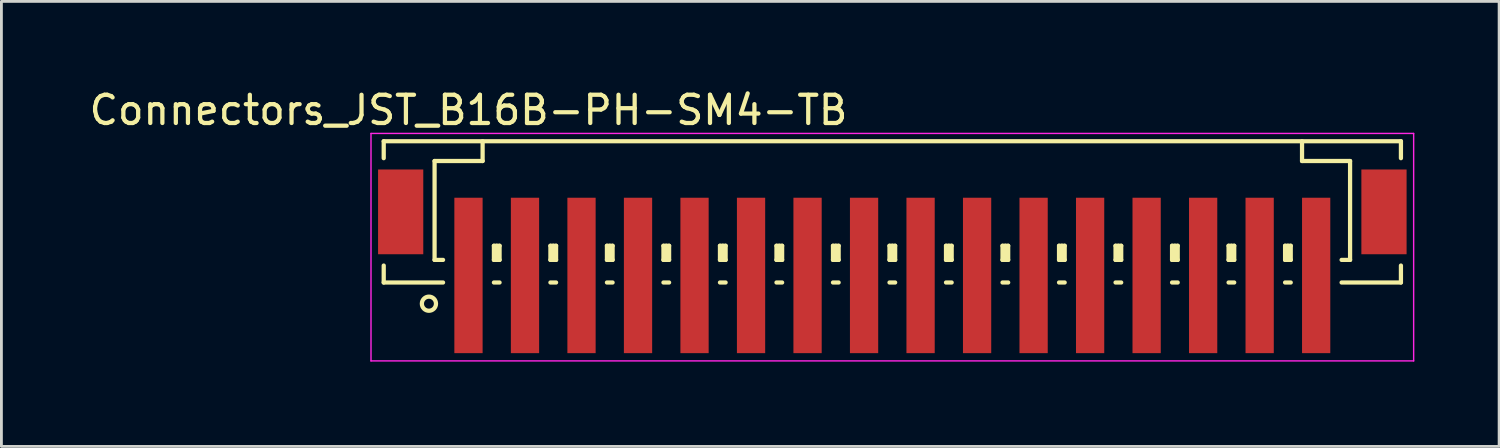
<source format=kicad_pcb>
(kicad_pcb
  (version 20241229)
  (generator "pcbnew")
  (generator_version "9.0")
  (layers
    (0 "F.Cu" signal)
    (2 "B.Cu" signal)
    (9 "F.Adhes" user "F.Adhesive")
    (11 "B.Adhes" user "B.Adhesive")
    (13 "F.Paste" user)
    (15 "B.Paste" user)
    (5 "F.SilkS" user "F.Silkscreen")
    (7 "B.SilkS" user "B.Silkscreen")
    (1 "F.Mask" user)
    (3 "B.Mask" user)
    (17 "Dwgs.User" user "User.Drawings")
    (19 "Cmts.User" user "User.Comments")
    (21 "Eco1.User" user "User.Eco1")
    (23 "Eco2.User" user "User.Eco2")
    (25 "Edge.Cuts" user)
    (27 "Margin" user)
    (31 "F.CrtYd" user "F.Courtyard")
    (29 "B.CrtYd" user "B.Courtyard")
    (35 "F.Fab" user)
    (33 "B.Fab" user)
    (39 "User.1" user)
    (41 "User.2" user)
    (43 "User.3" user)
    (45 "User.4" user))
  (footprint "Connectors_JST_B16B-PH-SM4-TB"
    (layer "F.Cu")
    (at 28.53 5.573)
    (property "Reference" "Connectors_JST_B16B-PH-SM4-TB" (at -15 -4.725 0) (layer "F.SilkS") (effects (font (size 1 1) (thickness 0.15))))
    (attr smd)
    (fp_line (start -18 -3.625) (end 18 -3.625) (stroke (width 0.15) (type solid)) (layer "F.SilkS"))
    (fp_line (start -18 -3.025) (end -18 -3.625) (stroke (width 0.15) (type solid)) (layer "F.SilkS"))
    (fp_line (start -18 0.775) (end -18 1.375) (stroke (width 0.15) (type solid)) (layer "F.SilkS"))
    (fp_line (start -18 1.375) (end -15.9 1.375) (stroke (width 0.15) (type solid)) (layer "F.SilkS"))
    (fp_line (start -16.2 -2.925) (end -16.2 0.575) (stroke (width 0.15) (type solid)) (layer "F.SilkS"))
    (fp_line (start -16.2 0.575) (end -15.9 0.575) (stroke (width 0.15) (type solid)) (layer "F.SilkS"))
    (fp_line (start -14.5 -3.625) (end -14.5 -2.925) (stroke (width 0.15) (type solid)) (layer "F.SilkS"))
    (fp_line (start -14.5 -2.925) (end -16.2 -2.925) (stroke (width 0.15) (type solid)) (layer "F.SilkS"))
    (fp_line (start -14.1 0.075) (end -13.9 0.075) (stroke (width 0.15) (type solid)) (layer "F.SilkS"))
    (fp_line (start -14.1 0.575) (end -14.1 0.075) (stroke (width 0.15) (type solid)) (layer "F.SilkS"))
    (fp_line (start -14.1 0.575) (end -13.9 0.575) (stroke (width 0.15) (type solid)) (layer "F.SilkS"))
    (fp_line (start -14.1 1.375) (end -13.9 1.375) (stroke (width 0.15) (type solid)) (layer "F.SilkS"))
    (fp_line (start -14 0.575) (end -14 0.075) (stroke (width 0.15) (type solid)) (layer "F.SilkS"))
    (fp_line (start -13.9 0.075) (end -13.9 0.575) (stroke (width 0.15) (type solid)) (layer "F.SilkS"))
    (fp_line (start -12.1 0.075) (end -11.9 0.075) (stroke (width 0.15) (type solid)) (layer "F.SilkS"))
    (fp_line (start -12.1 0.575) (end -12.1 0.075) (stroke (width 0.15) (type solid)) (layer "F.SilkS"))
    (fp_line (start -12.1 0.575) (end -11.9 0.575) (stroke (width 0.15) (type solid)) (layer "F.SilkS"))
    (fp_line (start -12.1 1.375) (end -11.9 1.375) (stroke (width 0.15) (type solid)) (layer "F.SilkS"))
    (fp_line (start -12 0.575) (end -12 0.075) (stroke (width 0.15) (type solid)) (layer "F.SilkS"))
    (fp_line (start -11.9 0.075) (end -11.9 0.575) (stroke (width 0.15) (type solid)) (layer "F.SilkS"))
    (fp_line (start -10.1 0.075) (end -9.9 0.075) (stroke (width 0.15) (type solid)) (layer "F.SilkS"))
    (fp_line (start -10.1 0.575) (end -10.1 0.075) (stroke (width 0.15) (type solid)) (layer "F.SilkS"))
    (fp_line (start -10.1 0.575) (end -9.9 0.575) (stroke (width 0.15) (type solid)) (layer "F.SilkS"))
    (fp_line (start -10.1 1.375) (end -9.9 1.375) (stroke (width 0.15) (type solid)) (layer "F.SilkS"))
    (fp_line (start -10 0.575) (end -10 0.075) (stroke (width 0.15) (type solid)) (layer "F.SilkS"))
    (fp_line (start -9.9 0.075) (end -9.9 0.575) (stroke (width 0.15) (type solid)) (layer "F.SilkS"))
    (fp_line (start -8.1 0.075) (end -7.9 0.075) (stroke (width 0.15) (type solid)) (layer "F.SilkS"))
    (fp_line (start -8.1 0.575) (end -8.1 0.075) (stroke (width 0.15) (type solid)) (layer "F.SilkS"))
    (fp_line (start -8.1 0.575) (end -7.9 0.575) (stroke (width 0.15) (type solid)) (layer "F.SilkS"))
    (fp_line (start -8.1 1.375) (end -7.9 1.375) (stroke (width 0.15) (type solid)) (layer "F.SilkS"))
    (fp_line (start -8 0.575) (end -8 0.075) (stroke (width 0.15) (type solid)) (layer "F.SilkS"))
    (fp_line (start -7.9 0.075) (end -7.9 0.575) (stroke (width 0.15) (type solid)) (layer "F.SilkS"))
    (fp_line (start -6.1 0.075) (end -5.9 0.075) (stroke (width 0.15) (type solid)) (layer "F.SilkS"))
    (fp_line (start -6.1 0.575) (end -6.1 0.075) (stroke (width 0.15) (type solid)) (layer "F.SilkS"))
    (fp_line (start -6.1 0.575) (end -5.9 0.575) (stroke (width 0.15) (type solid)) (layer "F.SilkS"))
    (fp_line (start -6.1 1.375) (end -5.9 1.375) (stroke (width 0.15) (type solid)) (layer "F.SilkS"))
    (fp_line (start -6 0.575) (end -6 0.075) (stroke (width 0.15) (type solid)) (layer "F.SilkS"))
    (fp_line (start -5.9 0.075) (end -5.9 0.575) (stroke (width 0.15) (type solid)) (layer "F.SilkS"))
    (fp_line (start -4.1 0.075) (end -3.9 0.075) (stroke (width 0.15) (type solid)) (layer "F.SilkS"))
    (fp_line (start -4.1 0.575) (end -4.1 0.075) (stroke (width 0.15) (type solid)) (layer "F.SilkS"))
    (fp_line (start -4.1 0.575) (end -3.9 0.575) (stroke (width 0.15) (type solid)) (layer "F.SilkS"))
    (fp_line (start -4.1 1.375) (end -3.9 1.375) (stroke (width 0.15) (type solid)) (layer "F.SilkS"))
    (fp_line (start -4 0.575) (end -4 0.075) (stroke (width 0.15) (type solid)) (layer "F.SilkS"))
    (fp_line (start -3.9 0.075) (end -3.9 0.575) (stroke (width 0.15) (type solid)) (layer "F.SilkS"))
    (fp_line (start -2.1 0.075) (end -1.9 0.075) (stroke (width 0.15) (type solid)) (layer "F.SilkS"))
    (fp_line (start -2.1 0.575) (end -2.1 0.075) (stroke (width 0.15) (type solid)) (layer "F.SilkS"))
    (fp_line (start -2.1 0.575) (end -1.9 0.575) (stroke (width 0.15) (type solid)) (layer "F.SilkS"))
    (fp_line (start -2.1 1.375) (end -1.9 1.375) (stroke (width 0.15) (type solid)) (layer "F.SilkS"))
    (fp_line (start -2 0.575) (end -2 0.075) (stroke (width 0.15) (type solid)) (layer "F.SilkS"))
    (fp_line (start -1.9 0.075) (end -1.9 0.575) (stroke (width 0.15) (type solid)) (layer "F.SilkS"))
    (fp_line (start -0.1 0.075) (end 0.1 0.075) (stroke (width 0.15) (type solid)) (layer "F.SilkS"))
    (fp_line (start -0.1 0.575) (end -0.1 0.075) (stroke (width 0.15) (type solid)) (layer "F.SilkS"))
    (fp_line (start -0.1 0.575) (end 0.1 0.575) (stroke (width 0.15) (type solid)) (layer "F.SilkS"))
    (fp_line (start -0.1 1.375) (end 0.1 1.375) (stroke (width 0.15) (type solid)) (layer "F.SilkS"))
    (fp_line (start 0 0.575) (end 0 0.075) (stroke (width 0.15) (type solid)) (layer "F.SilkS"))
    (fp_line (start 0.1 0.075) (end 0.1 0.575) (stroke (width 0.15) (type solid)) (layer "F.SilkS"))
    (fp_line (start 1.9 0.075) (end 2.1 0.075) (stroke (width 0.15) (type solid)) (layer "F.SilkS"))
    (fp_line (start 1.9 0.575) (end 1.9 0.075) (stroke (width 0.15) (type solid)) (layer "F.SilkS"))
    (fp_line (start 1.9 0.575) (end 2.1 0.575) (stroke (width 0.15) (type solid)) (layer "F.SilkS"))
    (fp_line (start 1.9 1.375) (end 2.1 1.375) (stroke (width 0.15) (type solid)) (layer "F.SilkS"))
    (fp_line (start 2 0.575) (end 2 0.075) (stroke (width 0.15) (type solid)) (layer "F.SilkS"))
    (fp_line (start 2.1 0.075) (end 2.1 0.575) (stroke (width 0.15) (type solid)) (layer "F.SilkS"))
    (fp_line (start 3.9 0.075) (end 4.1 0.075) (stroke (width 0.15) (type solid)) (layer "F.SilkS"))
    (fp_line (start 3.9 0.575) (end 3.9 0.075) (stroke (width 0.15) (type solid)) (layer "F.SilkS"))
    (fp_line (start 3.9 0.575) (end 4.1 0.575) (stroke (width 0.15) (type solid)) (layer "F.SilkS"))
    (fp_line (start 3.9 1.375) (end 4.1 1.375) (stroke (width 0.15) (type solid)) (layer "F.SilkS"))
    (fp_line (start 4 0.575) (end 4 0.075) (stroke (width 0.15) (type solid)) (layer "F.SilkS"))
    (fp_line (start 4.1 0.075) (end 4.1 0.575) (stroke (width 0.15) (type solid)) (layer "F.SilkS"))
    (fp_line (start 5.9 0.075) (end 6.1 0.075) (stroke (width 0.15) (type solid)) (layer "F.SilkS"))
    (fp_line (start 5.9 0.575) (end 5.9 0.075) (stroke (width 0.15) (type solid)) (layer "F.SilkS"))
    (fp_line (start 5.9 0.575) (end 6.1 0.575) (stroke (width 0.15) (type solid)) (layer "F.SilkS"))
    (fp_line (start 5.9 1.375) (end 6.1 1.375) (stroke (width 0.15) (type solid)) (layer "F.SilkS"))
    (fp_line (start 6 0.575) (end 6 0.075) (stroke (width 0.15) (type solid)) (layer "F.SilkS"))
    (fp_line (start 6.1 0.075) (end 6.1 0.575) (stroke (width 0.15) (type solid)) (layer "F.SilkS"))
    (fp_line (start 7.9 0.075) (end 8.1 0.075) (stroke (width 0.15) (type solid)) (layer "F.SilkS"))
    (fp_line (start 7.9 0.575) (end 7.9 0.075) (stroke (width 0.15) (type solid)) (layer "F.SilkS"))
    (fp_line (start 7.9 0.575) (end 8.1 0.575) (stroke (width 0.15) (type solid)) (layer "F.SilkS"))
    (fp_line (start 7.9 1.375) (end 8.1 1.375) (stroke (width 0.15) (type solid)) (layer "F.SilkS"))
    (fp_line (start 8 0.575) (end 8 0.075) (stroke (width 0.15) (type solid)) (layer "F.SilkS"))
    (fp_line (start 8.1 0.075) (end 8.1 0.575) (stroke (width 0.15) (type solid)) (layer "F.SilkS"))
    (fp_line (start 9.9 0.075) (end 10.1 0.075) (stroke (width 0.15) (type solid)) (layer "F.SilkS"))
    (fp_line (start 9.9 0.575) (end 9.9 0.075) (stroke (width 0.15) (type solid)) (layer "F.SilkS"))
    (fp_line (start 9.9 0.575) (end 10.1 0.575) (stroke (width 0.15) (type solid)) (layer "F.SilkS"))
    (fp_line (start 9.9 1.375) (end 10.1 1.375) (stroke (width 0.15) (type solid)) (layer "F.SilkS"))
    (fp_line (start 10 0.575) (end 10 0.075) (stroke (width 0.15) (type solid)) (layer "F.SilkS"))
    (fp_line (start 10.1 0.075) (end 10.1 0.575) (stroke (width 0.15) (type solid)) (layer "F.SilkS"))
    (fp_line (start 11.9 0.075) (end 12.1 0.075) (stroke (width 0.15) (type solid)) (layer "F.SilkS"))
    (fp_line (start 11.9 0.575) (end 11.9 0.075) (stroke (width 0.15) (type solid)) (layer "F.SilkS"))
    (fp_line (start 11.9 0.575) (end 12.1 0.575) (stroke (width 0.15) (type solid)) (layer "F.SilkS"))
    (fp_line (start 11.9 1.375) (end 12.1 1.375) (stroke (width 0.15) (type solid)) (layer "F.SilkS"))
    (fp_line (start 12 0.575) (end 12 0.075) (stroke (width 0.15) (type solid)) (layer "F.SilkS"))
    (fp_line (start 12.1 0.075) (end 12.1 0.575) (stroke (width 0.15) (type solid)) (layer "F.SilkS"))
    (fp_line (start 13.9 0.075) (end 14.1 0.075) (stroke (width 0.15) (type solid)) (layer "F.SilkS"))
    (fp_line (start 13.9 0.575) (end 13.9 0.075) (stroke (width 0.15) (type solid)) (layer "F.SilkS"))
    (fp_line (start 13.9 0.575) (end 14.1 0.575) (stroke (width 0.15) (type solid)) (layer "F.SilkS"))
    (fp_line (start 13.9 1.375) (end 14.1 1.375) (stroke (width 0.15) (type solid)) (layer "F.SilkS"))
    (fp_line (start 14 0.575) (end 14 0.075) (stroke (width 0.15) (type solid)) (layer "F.SilkS"))
    (fp_line (start 14.1 0.075) (end 14.1 0.575) (stroke (width 0.15) (type solid)) (layer "F.SilkS"))
    (fp_line (start 14.5 -3.625) (end 14.5 -2.925) (stroke (width 0.15) (type solid)) (layer "F.SilkS"))
    (fp_line (start 14.5 -2.925) (end 16.2 -2.925) (stroke (width 0.15) (type solid)) (layer "F.SilkS"))
    (fp_line (start 16.2 -2.925) (end 16.2 0.575) (stroke (width 0.15) (type solid)) (layer "F.SilkS"))
    (fp_line (start 16.2 0.575) (end 15.9 0.575) (stroke (width 0.15) (type solid)) (layer "F.SilkS"))
    (fp_line (start 18 -3.625) (end 18 -3.025) (stroke (width 0.15) (type solid)) (layer "F.SilkS"))
    (fp_line (start 18 0.775) (end 18 1.375) (stroke (width 0.15) (type solid)) (layer "F.SilkS"))
    (fp_line (start 18 1.375) (end 15.9 1.375) (stroke (width 0.15) (type solid)) (layer "F.SilkS"))
    (fp_circle (center -16.4 2.125) (end -16.15 2.125) (stroke (width 0.15) (type solid)) (fill no) (layer "F.SilkS"))
    (fp_line (start -18.45 -3.9) (end 18.45 -3.9) (stroke (width 0.05) (type solid)) (layer "F.CrtYd"))
    (fp_line (start -18.45 4.15) (end -18.45 -3.9) (stroke (width 0.05) (type solid)) (layer "F.CrtYd"))
    (fp_line (start 18.45 -3.9) (end 18.45 4.15) (stroke (width 0.05) (type solid)) (layer "F.CrtYd"))
    (fp_line (start 18.45 4.15) (end -18.45 4.15) (stroke (width 0.05) (type solid)) (layer "F.CrtYd"))
    (pad "" smd rect (at -17.4 -1.125) (size 1.6 3) (layers "F.Cu" "F.Mask" "F.Paste"))
    (pad "" smd rect (at 17.4 -1.125) (size 1.6 3) (layers "F.Cu" "F.Mask" "F.Paste"))
    (pad "1" smd rect (at -15 1.125) (size 1 5.5) (layers "F.Cu" "F.Mask" "F.Paste"))
    (pad "2" smd rect (at -13 1.125) (size 1 5.5) (layers "F.Cu" "F.Mask" "F.Paste"))
    (pad "3" smd rect (at -11 1.125) (size 1 5.5) (layers "F.Cu" "F.Mask" "F.Paste"))
    (pad "4" smd rect (at -9 1.125) (size 1 5.5) (layers "F.Cu" "F.Mask" "F.Paste"))
    (pad "5" smd rect (at -7 1.125) (size 1 5.5) (layers "F.Cu" "F.Mask" "F.Paste"))
    (pad "6" smd rect (at -5 1.125) (size 1 5.5) (layers "F.Cu" "F.Mask" "F.Paste"))
    (pad "7" smd rect (at -3 1.125) (size 1 5.5) (layers "F.Cu" "F.Mask" "F.Paste"))
    (pad "8" smd rect (at -1 1.125) (size 1 5.5) (layers "F.Cu" "F.Mask" "F.Paste"))
    (pad "9" smd rect (at 1 1.125) (size 1 5.5) (layers "F.Cu" "F.Mask" "F.Paste"))
    (pad "10" smd rect (at 3 1.125) (size 1 5.5) (layers "F.Cu" "F.Mask" "F.Paste"))
    (pad "11" smd rect (at 5 1.125) (size 1 5.5) (layers "F.Cu" "F.Mask" "F.Paste"))
    (pad "12" smd rect (at 7 1.125) (size 1 5.5) (layers "F.Cu" "F.Mask" "F.Paste"))
    (pad "13" smd rect (at 9 1.125) (size 1 5.5) (layers "F.Cu" "F.Mask" "F.Paste"))
    (pad "14" smd rect (at 11 1.125) (size 1 5.5) (layers "F.Cu" "F.Mask" "F.Paste"))
    (pad "15" smd rect (at 13 1.125) (size 1 5.5) (layers "F.Cu" "F.Mask" "F.Paste"))
    (pad "16" smd rect (at 15 1.125) (size 1 5.5) (layers "F.Cu" "F.Mask" "F.Paste")))
  (gr_rect
    (start -3 -3)
    (end 50.005 12.748)
    (stroke (width 0.1) (type default))
    (fill no)
    (layer "Edge.Cuts")))
</source>
